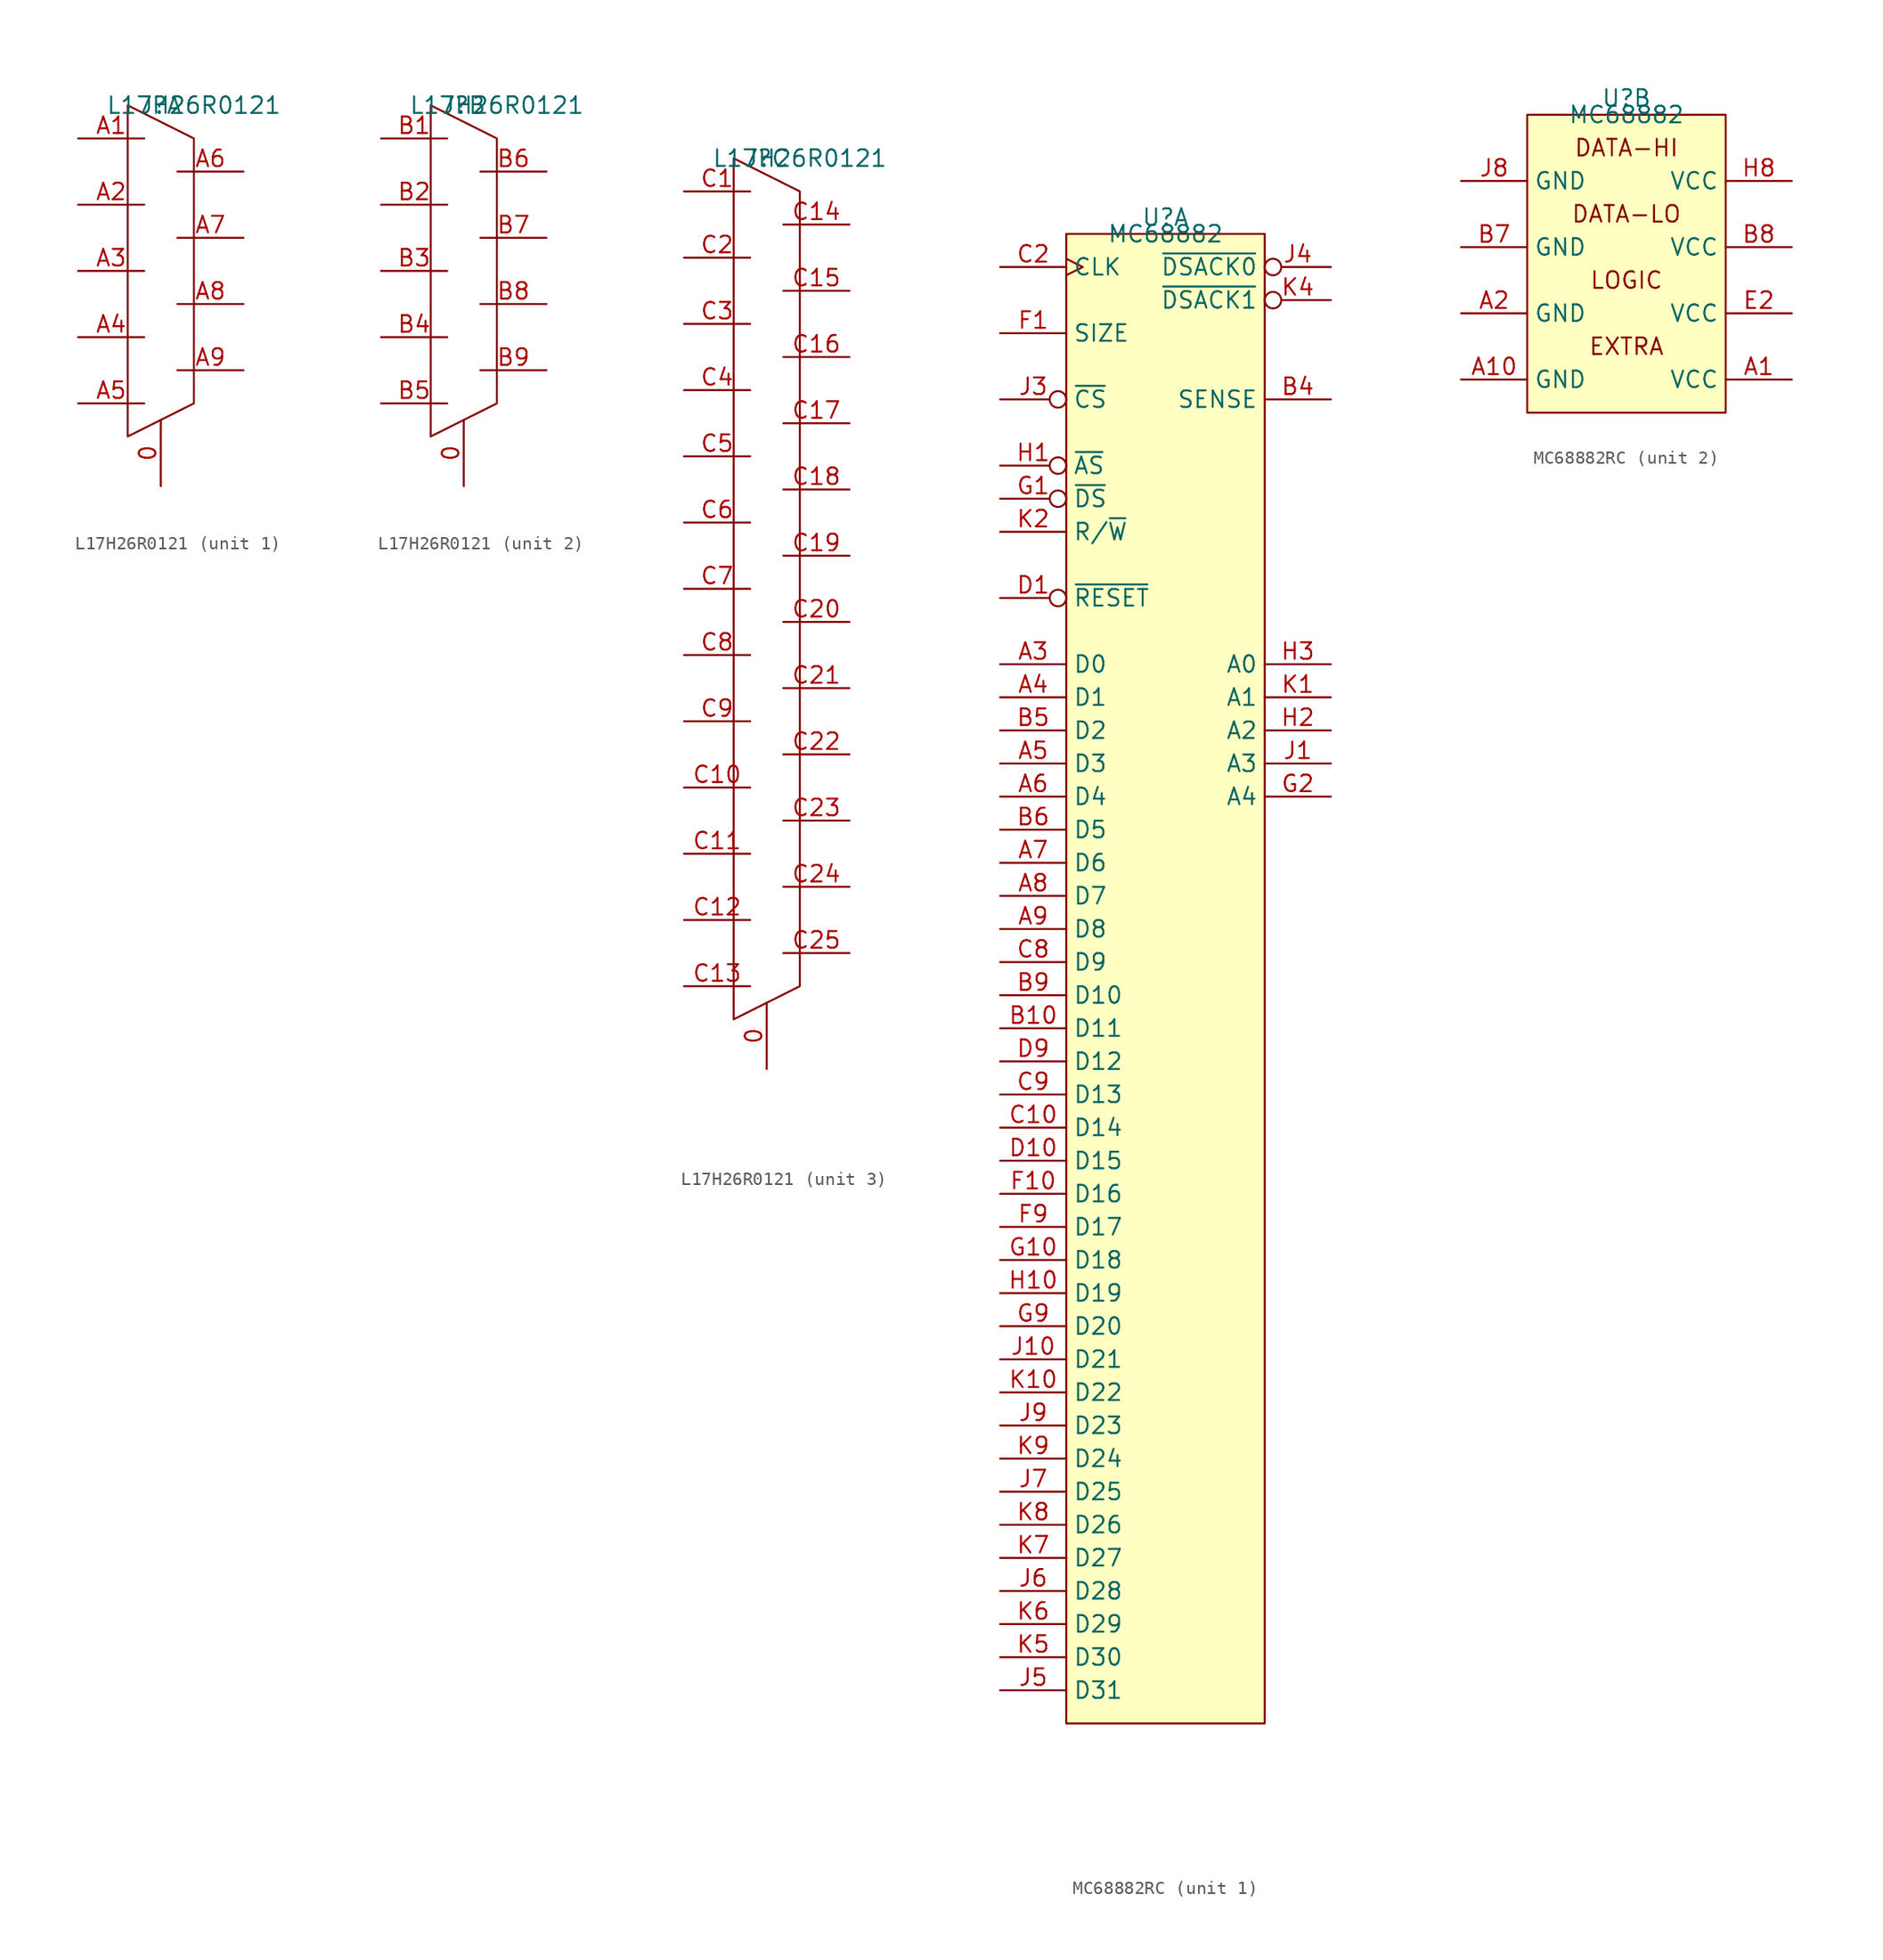
<source format=kicad_sym>
(kicad_symbol_lib
  (version 20220914)
  (generator kicad_symbol_editor)
  (symbol "L17H26R0121"
    (property "Reference" "J"
      (at 0 0 0)
      (effects (font (size 1.27 1.27))))
    (property "Value" "L17H26R0121"
      (at 2.54 0 0)
      (effects (font (size 1.27 1.27))))
    (property "ki_locked" ""
      (at 0 0 0)
      (effects (font (size 1.27 1.27))))
    (symbol "L17H26R0121_1_1"
      (polyline (pts (xy -2.54 0) (xy -2.54 -25.4) (xy 2.54 -22.86) (xy 2.54 -2.54) (xy -2.54 0)) (stroke (width 0) (type default)) (fill (type none)))
      (pin passive line (at 0 -29.21 90) (length 5.08) (name "" (effects (font (size 1.27 1.27)))) (number "0" (effects (font (size 1.27 1.27)))))
      (pin passive line (at -6.35 -2.54 0) (length 5.08) (name "" (effects (font (size 1.27 1.27)))) (number "A1" (effects (font (size 1.27 1.27)))))
      (pin passive line (at -6.35 -7.62 0) (length 5.08) (name "" (effects (font (size 1.27 1.27)))) (number "A2" (effects (font (size 1.27 1.27)))))
      (pin passive line (at -6.35 -12.7 0) (length 5.08) (name "" (effects (font (size 1.27 1.27)))) (number "A3" (effects (font (size 1.27 1.27)))))
      (pin passive line (at -6.35 -17.78 0) (length 5.08) (name "" (effects (font (size 1.27 1.27)))) (number "A4" (effects (font (size 1.27 1.27)))))
      (pin passive line (at -6.35 -22.86 0) (length 5.08) (name "" (effects (font (size 1.27 1.27)))) (number "A5" (effects (font (size 1.27 1.27)))))
      (pin passive line (at 6.35 -5.08 180) (length 5.08) (name "" (effects (font (size 1.27 1.27)))) (number "A6" (effects (font (size 1.27 1.27)))))
      (pin passive line (at 6.35 -10.16 180) (length 5.08) (name "" (effects (font (size 1.27 1.27)))) (number "A7" (effects (font (size 1.27 1.27)))))
      (pin passive line (at 6.35 -15.24 180) (length 5.08) (name "" (effects (font (size 1.27 1.27)))) (number "A8" (effects (font (size 1.27 1.27)))))
      (pin passive line (at 6.35 -20.32 180) (length 5.08) (name "" (effects (font (size 1.27 1.27)))) (number "A9" (effects (font (size 1.27 1.27))))))
    (symbol "L17H26R0121_2_1"
      (polyline (pts (xy -2.54 0) (xy -2.54 -25.4) (xy 2.54 -22.86) (xy 2.54 -2.54) (xy -2.54 0)) (stroke (width 0) (type default)) (fill (type none)))
      (pin passive line (at 0 -29.21 90) (length 5.08) (name "" (effects (font (size 1.27 1.27)))) (number "0" (effects (font (size 1.27 1.27)))))
      (pin passive line (at -6.35 -2.54 0) (length 5.08) (name "" (effects (font (size 1.27 1.27)))) (number "B1" (effects (font (size 1.27 1.27)))))
      (pin passive line (at -6.35 -7.62 0) (length 5.08) (name "" (effects (font (size 1.27 1.27)))) (number "B2" (effects (font (size 1.27 1.27)))))
      (pin passive line (at -6.35 -12.7 0) (length 5.08) (name "" (effects (font (size 1.27 1.27)))) (number "B3" (effects (font (size 1.27 1.27)))))
      (pin passive line (at -6.35 -17.78 0) (length 5.08) (name "" (effects (font (size 1.27 1.27)))) (number "B4" (effects (font (size 1.27 1.27)))))
      (pin passive line (at -6.35 -22.86 0) (length 5.08) (name "" (effects (font (size 1.27 1.27)))) (number "B5" (effects (font (size 1.27 1.27)))))
      (pin passive line (at 6.35 -5.08 180) (length 5.08) (name "" (effects (font (size 1.27 1.27)))) (number "B6" (effects (font (size 1.27 1.27)))))
      (pin passive line (at 6.35 -10.16 180) (length 5.08) (name "" (effects (font (size 1.27 1.27)))) (number "B7" (effects (font (size 1.27 1.27)))))
      (pin passive line (at 6.35 -15.24 180) (length 5.08) (name "" (effects (font (size 1.27 1.27)))) (number "B8" (effects (font (size 1.27 1.27)))))
      (pin passive line (at 6.35 -20.32 180) (length 5.08) (name "" (effects (font (size 1.27 1.27)))) (number "B9" (effects (font (size 1.27 1.27))))))
    (symbol "L17H26R0121_3_1"
      (polyline (pts (xy -2.54 0) (xy -2.54 -66.04) (xy 2.54 -63.5) (xy 2.54 -2.54) (xy -2.54 0)) (stroke (width 0) (type default)) (fill (type none)))
      (pin passive line (at 0 -69.85 90) (length 5.08) (name "" (effects (font (size 1.27 1.27)))) (number "0" (effects (font (size 1.27 1.27)))))
      (pin passive line (at -6.35 -2.54 0) (length 5.08) (name "" (effects (font (size 1.27 1.27)))) (number "C1" (effects (font (size 1.27 1.27)))))
      (pin passive line (at -6.35 -48.26 0) (length 5.08) (name "" (effects (font (size 1.27 1.27)))) (number "C10" (effects (font (size 1.27 1.27)))))
      (pin passive line (at -6.35 -53.34 0) (length 5.08) (name "" (effects (font (size 1.27 1.27)))) (number "C11" (effects (font (size 1.27 1.27)))))
      (pin passive line (at -6.35 -58.42 0) (length 5.08) (name "" (effects (font (size 1.27 1.27)))) (number "C12" (effects (font (size 1.27 1.27)))))
      (pin passive line (at -6.35 -63.5 0) (length 5.08) (name "" (effects (font (size 1.27 1.27)))) (number "C13" (effects (font (size 1.27 1.27)))))
      (pin passive line (at 6.35 -5.08 180) (length 5.08) (name "" (effects (font (size 1.27 1.27)))) (number "C14" (effects (font (size 1.27 1.27)))))
      (pin passive line (at 6.35 -10.16 180) (length 5.08) (name "" (effects (font (size 1.27 1.27)))) (number "C15" (effects (font (size 1.27 1.27)))))
      (pin passive line (at 6.35 -15.24 180) (length 5.08) (name "" (effects (font (size 1.27 1.27)))) (number "C16" (effects (font (size 1.27 1.27)))))
      (pin passive line (at 6.35 -20.32 180) (length 5.08) (name "" (effects (font (size 1.27 1.27)))) (number "C17" (effects (font (size 1.27 1.27)))))
      (pin passive line (at 6.35 -25.4 180) (length 5.08) (name "" (effects (font (size 1.27 1.27)))) (number "C18" (effects (font (size 1.27 1.27)))))
      (pin passive line (at 6.35 -30.48 180) (length 5.08) (name "" (effects (font (size 1.27 1.27)))) (number "C19" (effects (font (size 1.27 1.27)))))
      (pin passive line (at -6.35 -7.62 0) (length 5.08) (name "" (effects (font (size 1.27 1.27)))) (number "C2" (effects (font (size 1.27 1.27)))))
      (pin passive line (at 6.35 -35.56 180) (length 5.08) (name "" (effects (font (size 1.27 1.27)))) (number "C20" (effects (font (size 1.27 1.27)))))
      (pin passive line (at 6.35 -40.64 180) (length 5.08) (name "" (effects (font (size 1.27 1.27)))) (number "C21" (effects (font (size 1.27 1.27)))))
      (pin passive line (at 6.35 -45.72 180) (length 5.08) (name "" (effects (font (size 1.27 1.27)))) (number "C22" (effects (font (size 1.27 1.27)))))
      (pin passive line (at 6.35 -50.8 180) (length 5.08) (name "" (effects (font (size 1.27 1.27)))) (number "C23" (effects (font (size 1.27 1.27)))))
      (pin passive line (at 6.35 -55.88 180) (length 5.08) (name "" (effects (font (size 1.27 1.27)))) (number "C24" (effects (font (size 1.27 1.27)))))
      (pin passive line (at 6.35 -60.96 180) (length 5.08) (name "" (effects (font (size 1.27 1.27)))) (number "C25" (effects (font (size 1.27 1.27)))))
      (pin passive line (at -6.35 -12.7 0) (length 5.08) (name "" (effects (font (size 1.27 1.27)))) (number "C3" (effects (font (size 1.27 1.27)))))
      (pin passive line (at -6.35 -17.78 0) (length 5.08) (name "" (effects (font (size 1.27 1.27)))) (number "C4" (effects (font (size 1.27 1.27)))))
      (pin passive line (at -6.35 -22.86 0) (length 5.08) (name "" (effects (font (size 1.27 1.27)))) (number "C5" (effects (font (size 1.27 1.27)))))
      (pin passive line (at -6.35 -27.94 0) (length 5.08) (name "" (effects (font (size 1.27 1.27)))) (number "C6" (effects (font (size 1.27 1.27)))))
      (pin passive line (at -6.35 -33.02 0) (length 5.08) (name "" (effects (font (size 1.27 1.27)))) (number "C7" (effects (font (size 1.27 1.27)))))
      (pin passive line (at -6.35 -38.1 0) (length 5.08) (name "" (effects (font (size 1.27 1.27)))) (number "C8" (effects (font (size 1.27 1.27)))))
      (pin passive line (at -6.35 -43.18 0) (length 5.08) (name "" (effects (font (size 1.27 1.27)))) (number "C9" (effects (font (size 1.27 1.27)))))))
  (symbol "MC68882RC"
    (property "Reference" "U"
      (at 0 1.27 0)
      (effects (font (size 1.27 1.27))))
    (property "Value" "MC68882"
      (at 0 0 0)
      (effects (font (size 1.27 1.27))))
    (property "ki_locked" ""
      (at 0 0 0)
      (effects (font (size 1.27 1.27))))
    (symbol "MC68882RC_1_1"
      (rectangle (start -7.62 0) (end 7.62 -114.3) (stroke (width 0) (type default)) (fill (type background)))
      (pin bidirectional line (at -12.7 -33.02 0) (length 5.08) (name "D0" (effects (font (size 1.27 1.27)))) (number "A3" (effects (font (size 1.27 1.27)))))
      (pin bidirectional line (at -12.7 -35.56 0) (length 5.08) (name "D1" (effects (font (size 1.27 1.27)))) (number "A4" (effects (font (size 1.27 1.27)))))
      (pin bidirectional line (at -12.7 -40.64 0) (length 5.08) (name "D3" (effects (font (size 1.27 1.27)))) (number "A5" (effects (font (size 1.27 1.27)))))
      (pin bidirectional line (at -12.7 -43.18 0) (length 5.08) (name "D4" (effects (font (size 1.27 1.27)))) (number "A6" (effects (font (size 1.27 1.27)))))
      (pin bidirectional line (at -12.7 -48.26 0) (length 5.08) (name "D6" (effects (font (size 1.27 1.27)))) (number "A7" (effects (font (size 1.27 1.27)))))
      (pin bidirectional line (at -12.7 -50.8 0) (length 5.08) (name "D7" (effects (font (size 1.27 1.27)))) (number "A8" (effects (font (size 1.27 1.27)))))
      (pin bidirectional line (at -12.7 -53.34 0) (length 5.08) (name "D8" (effects (font (size 1.27 1.27)))) (number "A9" (effects (font (size 1.27 1.27)))))
      (pin bidirectional line (at -12.7 -60.96 0) (length 5.08) (name "D11" (effects (font (size 1.27 1.27)))) (number "B10" (effects (font (size 1.27 1.27)))))
      (pin passive line (at 12.7 -12.7 180) (length 5.08) (name "SENSE" (effects (font (size 1.27 1.27)))) (number "B4" (effects (font (size 1.27 1.27)))))
      (pin bidirectional line (at -12.7 -38.1 0) (length 5.08) (name "D2" (effects (font (size 1.27 1.27)))) (number "B5" (effects (font (size 1.27 1.27)))))
      (pin bidirectional line (at -12.7 -45.72 0) (length 5.08) (name "D5" (effects (font (size 1.27 1.27)))) (number "B6" (effects (font (size 1.27 1.27)))))
      (pin bidirectional line (at -12.7 -58.42 0) (length 5.08) (name "D10" (effects (font (size 1.27 1.27)))) (number "B9" (effects (font (size 1.27 1.27)))))
      (pin bidirectional line (at -12.7 -68.58 0) (length 5.08) (name "D14" (effects (font (size 1.27 1.27)))) (number "C10" (effects (font (size 1.27 1.27)))))
      (pin input clock (at -12.7 -2.54 0) (length 5.08) (name "CLK" (effects (font (size 1.27 1.27)))) (number "C2" (effects (font (size 1.27 1.27)))))
      (pin bidirectional line (at -12.7 -55.88 0) (length 5.08) (name "D9" (effects (font (size 1.27 1.27)))) (number "C8" (effects (font (size 1.27 1.27)))))
      (pin bidirectional line (at -12.7 -66.04 0) (length 5.08) (name "D13" (effects (font (size 1.27 1.27)))) (number "C9" (effects (font (size 1.27 1.27)))))
      (pin input inverted (at -12.7 -27.94 0) (length 5.08) (name "~{RESET}" (effects (font (size 1.27 1.27)))) (number "D1" (effects (font (size 1.27 1.27)))))
      (pin bidirectional line (at -12.7 -71.12 0) (length 5.08) (name "D15" (effects (font (size 1.27 1.27)))) (number "D10" (effects (font (size 1.27 1.27)))))
      (pin bidirectional line (at -12.7 -63.5 0) (length 5.08) (name "D12" (effects (font (size 1.27 1.27)))) (number "D9" (effects (font (size 1.27 1.27)))))
      (pin input line (at -12.7 -7.62 0) (length 5.08) (name "SIZE" (effects (font (size 1.27 1.27)))) (number "F1" (effects (font (size 1.27 1.27)))))
      (pin bidirectional line (at -12.7 -73.66 0) (length 5.08) (name "D16" (effects (font (size 1.27 1.27)))) (number "F10" (effects (font (size 1.27 1.27)))))
      (pin bidirectional line (at -12.7 -76.2 0) (length 5.08) (name "D17" (effects (font (size 1.27 1.27)))) (number "F9" (effects (font (size 1.27 1.27)))))
      (pin input inverted (at -12.7 -20.32 0) (length 5.08) (name "~{DS}" (effects (font (size 1.27 1.27)))) (number "G1" (effects (font (size 1.27 1.27)))))
      (pin bidirectional line (at -12.7 -78.74 0) (length 5.08) (name "D18" (effects (font (size 1.27 1.27)))) (number "G10" (effects (font (size 1.27 1.27)))))
      (pin input line (at 12.7 -43.18 180) (length 5.08) (name "A4" (effects (font (size 1.27 1.27)))) (number "G2" (effects (font (size 1.27 1.27)))))
      (pin bidirectional line (at -12.7 -83.82 0) (length 5.08) (name "D20" (effects (font (size 1.27 1.27)))) (number "G9" (effects (font (size 1.27 1.27)))))
      (pin input inverted (at -12.7 -17.78 0) (length 5.08) (name "~{AS}" (effects (font (size 1.27 1.27)))) (number "H1" (effects (font (size 1.27 1.27)))))
      (pin bidirectional line (at -12.7 -81.28 0) (length 5.08) (name "D19" (effects (font (size 1.27 1.27)))) (number "H10" (effects (font (size 1.27 1.27)))))
      (pin input line (at 12.7 -38.1 180) (length 5.08) (name "A2" (effects (font (size 1.27 1.27)))) (number "H2" (effects (font (size 1.27 1.27)))))
      (pin input line (at 12.7 -33.02 180) (length 5.08) (name "A0" (effects (font (size 1.27 1.27)))) (number "H3" (effects (font (size 1.27 1.27)))))
      (pin input line (at 12.7 -40.64 180) (length 5.08) (name "A3" (effects (font (size 1.27 1.27)))) (number "J1" (effects (font (size 1.27 1.27)))))
      (pin bidirectional line (at -12.7 -86.36 0) (length 5.08) (name "D21" (effects (font (size 1.27 1.27)))) (number "J10" (effects (font (size 1.27 1.27)))))
      (pin input inverted (at -12.7 -12.7 0) (length 5.08) (name "~{CS}" (effects (font (size 1.27 1.27)))) (number "J3" (effects (font (size 1.27 1.27)))))
      (pin output inverted (at 12.7 -2.54 180) (length 5.08) (name "~{DSACK0}" (effects (font (size 1.27 1.27)))) (number "J4" (effects (font (size 1.27 1.27)))))
      (pin bidirectional line (at -12.7 -111.76 0) (length 5.08) (name "D31" (effects (font (size 1.27 1.27)))) (number "J5" (effects (font (size 1.27 1.27)))))
      (pin bidirectional line (at -12.7 -104.14 0) (length 5.08) (name "D28" (effects (font (size 1.27 1.27)))) (number "J6" (effects (font (size 1.27 1.27)))))
      (pin bidirectional line (at -12.7 -96.52 0) (length 5.08) (name "D25" (effects (font (size 1.27 1.27)))) (number "J7" (effects (font (size 1.27 1.27)))))
      (pin bidirectional line (at -12.7 -91.44 0) (length 5.08) (name "D23" (effects (font (size 1.27 1.27)))) (number "J9" (effects (font (size 1.27 1.27)))))
      (pin input line (at 12.7 -35.56 180) (length 5.08) (name "A1" (effects (font (size 1.27 1.27)))) (number "K1" (effects (font (size 1.27 1.27)))))
      (pin bidirectional line (at -12.7 -88.9 0) (length 5.08) (name "D22" (effects (font (size 1.27 1.27)))) (number "K10" (effects (font (size 1.27 1.27)))))
      (pin input line (at -12.7 -22.86 0) (length 5.08) (name "R/~{W}" (effects (font (size 1.27 1.27)))) (number "K2" (effects (font (size 1.27 1.27)))))
      (pin output inverted (at 12.7 -5.08 180) (length 5.08) (name "~{DSACK1}" (effects (font (size 1.27 1.27)))) (number "K4" (effects (font (size 1.27 1.27)))))
      (pin bidirectional line (at -12.7 -109.22 0) (length 5.08) (name "D30" (effects (font (size 1.27 1.27)))) (number "K5" (effects (font (size 1.27 1.27)))))
      (pin bidirectional line (at -12.7 -106.68 0) (length 5.08) (name "D29" (effects (font (size 1.27 1.27)))) (number "K6" (effects (font (size 1.27 1.27)))))
      (pin bidirectional line (at -12.7 -101.6 0) (length 5.08) (name "D27" (effects (font (size 1.27 1.27)))) (number "K7" (effects (font (size 1.27 1.27)))))
      (pin bidirectional line (at -12.7 -99.06 0) (length 5.08) (name "D26" (effects (font (size 1.27 1.27)))) (number "K8" (effects (font (size 1.27 1.27)))))
      (pin bidirectional line (at -12.7 -93.98 0) (length 5.08) (name "D24" (effects (font (size 1.27 1.27)))) (number "K9" (effects (font (size 1.27 1.27))))))
    (symbol "MC68882RC_2_1"
      (rectangle (start -7.62 0) (end 7.62 -22.86) (stroke (width 0) (type default)) (fill (type background)))
      (text "DATA-HI" (at 0 -2.54 0) (effects (font (size 1.27 1.27))))
      (text "DATA-LO" (at 0 -7.62 0) (effects (font (size 1.27 1.27))))
      (text "EXTRA" (at 0 -17.78 0) (effects (font (size 1.27 1.27))))
      (text "LOGIC" (at 0 -12.7 0) (effects (font (size 1.27 1.27))))
      (pin power_in line (at 12.7 -20.32 180) (length 5.08) (name "VCC" (effects (font (size 1.27 1.27)))) (number "A1" (effects (font (size 1.27 1.27)))))
      (pin power_in line (at -12.7 -20.32 0) (length 5.08) (name "GND" (effects (font (size 1.27 1.27)))) (number "A10" (effects (font (size 1.27 1.27)))))
      (pin power_in line (at -12.7 -15.24 0) (length 5.08) (name "GND" (effects (font (size 1.27 1.27)))) (number "A2" (effects (font (size 1.27 1.27)))))
      (pin power_in line (at 12.7 -20.32 180) (length 5.08) hide (name "VCC" (effects (font (size 1.27 1.27)))) (number "B1" (effects (font (size 1.27 1.27)))))
      (pin power_in line (at -12.7 -15.24 0) (length 5.08) hide (name "GND" (effects (font (size 1.27 1.27)))) (number "B2" (effects (font (size 1.27 1.27)))))
      (pin power_in line (at -12.7 -15.24 0) (length 5.08) hide (name "GND" (effects (font (size 1.27 1.27)))) (number "B3" (effects (font (size 1.27 1.27)))))
      (pin power_in line (at -12.7 -10.16 0) (length 5.08) (name "GND" (effects (font (size 1.27 1.27)))) (number "B7" (effects (font (size 1.27 1.27)))))
      (pin power_in line (at 12.7 -10.16 180) (length 5.08) (name "VCC" (effects (font (size 1.27 1.27)))) (number "B8" (effects (font (size 1.27 1.27)))))
      (pin power_in line (at -12.7 -20.32 0) (length 5.08) hide (name "GND" (effects (font (size 1.27 1.27)))) (number "C1" (effects (font (size 1.27 1.27)))))
      (pin power_in line (at -12.7 -15.24 0) (length 5.08) hide (name "GND" (effects (font (size 1.27 1.27)))) (number "C3" (effects (font (size 1.27 1.27)))))
      (pin power_in line (at -12.7 -20.32 0) (length 5.08) hide (name "GND" (effects (font (size 1.27 1.27)))) (number "D2" (effects (font (size 1.27 1.27)))))
      (pin power_in line (at -12.7 -15.24 0) (length 5.08) hide (name "GND" (effects (font (size 1.27 1.27)))) (number "E10" (effects (font (size 1.27 1.27)))))
      (pin power_in line (at 12.7 -15.24 180) (length 5.08) (name "VCC" (effects (font (size 1.27 1.27)))) (number "E2" (effects (font (size 1.27 1.27)))))
      (pin power_in line (at 12.7 -15.24 180) (length 5.08) hide (name "VCC" (effects (font (size 1.27 1.27)))) (number "E9" (effects (font (size 1.27 1.27)))))
      (pin power_in line (at -12.7 -20.32 0) (length 5.08) hide (name "GND" (effects (font (size 1.27 1.27)))) (number "F2" (effects (font (size 1.27 1.27)))))
      (pin power_in line (at 12.7 -5.08 180) (length 5.08) (name "VCC" (effects (font (size 1.27 1.27)))) (number "H8" (effects (font (size 1.27 1.27)))))
      (pin power_in line (at -12.7 -20.32 0) (length 5.08) hide (name "GND" (effects (font (size 1.27 1.27)))) (number "H9" (effects (font (size 1.27 1.27)))))
      (pin power_in line (at 12.7 -20.32 180) (length 5.08) hide (name "VCC" (effects (font (size 1.27 1.27)))) (number "J2" (effects (font (size 1.27 1.27)))))
      (pin power_in line (at -12.7 -5.08 0) (length 5.08) (name "GND" (effects (font (size 1.27 1.27)))) (number "J8" (effects (font (size 1.27 1.27)))))
      (pin power_in line (at -12.7 -15.24 0) (length 5.08) hide (name "GND" (effects (font (size 1.27 1.27)))) (number "K3" (effects (font (size 1.27 1.27))))))))
</source>
